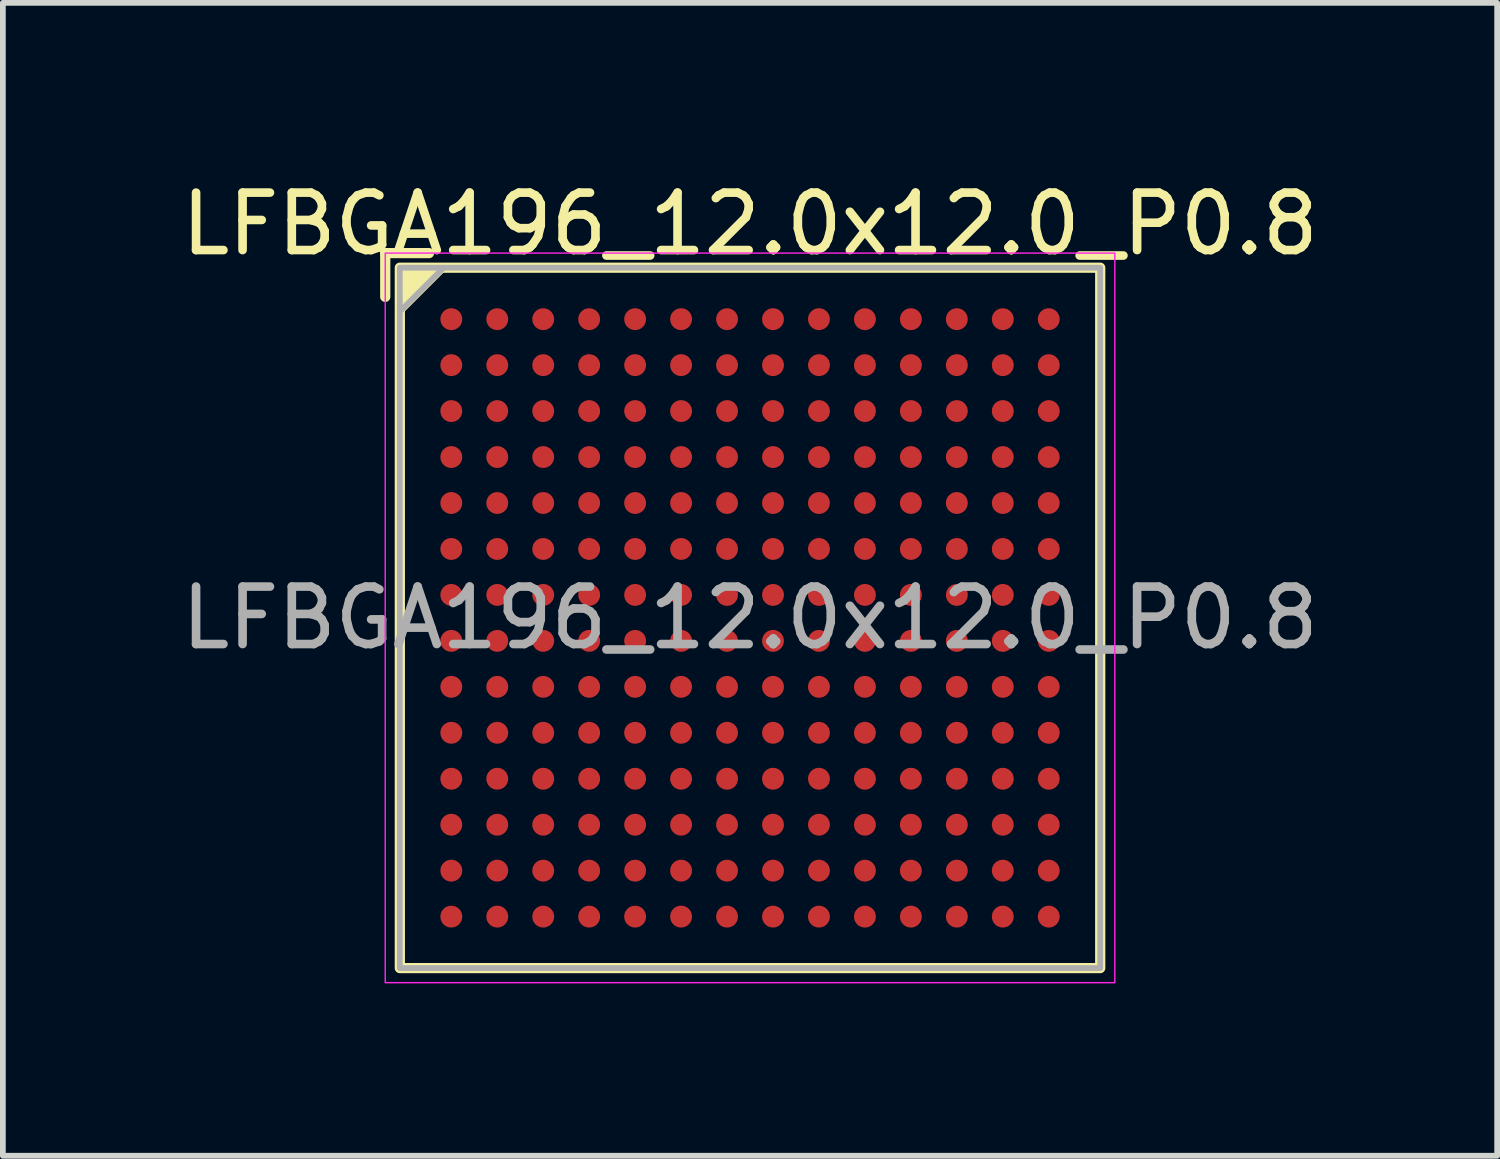
<source format=kicad_pcb>
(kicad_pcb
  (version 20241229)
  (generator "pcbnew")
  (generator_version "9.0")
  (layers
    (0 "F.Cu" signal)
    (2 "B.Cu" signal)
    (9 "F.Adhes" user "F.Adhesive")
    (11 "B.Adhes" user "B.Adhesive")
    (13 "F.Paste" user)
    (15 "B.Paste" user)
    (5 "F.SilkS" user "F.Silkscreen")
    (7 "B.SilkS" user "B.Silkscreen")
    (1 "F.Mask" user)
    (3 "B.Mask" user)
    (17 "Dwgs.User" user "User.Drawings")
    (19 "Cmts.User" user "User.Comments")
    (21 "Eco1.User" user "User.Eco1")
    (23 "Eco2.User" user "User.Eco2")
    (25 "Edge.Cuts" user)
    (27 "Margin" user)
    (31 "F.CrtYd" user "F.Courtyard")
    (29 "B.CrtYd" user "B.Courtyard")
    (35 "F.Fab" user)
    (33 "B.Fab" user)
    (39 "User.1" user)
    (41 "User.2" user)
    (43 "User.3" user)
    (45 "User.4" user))
  (footprint "LFBGA196_12.0x12.0_P0.8"
    (layer "F.Cu")
    (at 10.006 7.706)
    (property "Reference" "LFBGA196_12.0x12.0_P0.8" (at 0 -6.858 0) (unlocked yes) (layer "F.SilkS") (effects (font (size 1 1) (thickness 0.15))))
    (attr smd)
    (fp_line (start -6.35 -6.35) (end -5.588 -6.35) (stroke (width 0.178) (type solid)) (layer "F.SilkS"))
    (fp_line (start -6.35 -5.588) (end -6.35 -6.35) (stroke (width 0.178) (type solid)) (layer "F.SilkS"))
    (fp_rect (start -6.096 -6.096) (end 6.096 6.096) (stroke (width 0.178) (type solid)) (fill no) (layer "F.SilkS"))
    (fp_poly (pts (xy -6.096 -5.334) (xy -6.096 -6.096) (xy -5.334 -6.096)) (stroke (width 0.12) (type solid)) (fill yes) (layer "F.SilkS"))
    (fp_rect (start -6.35 6.35) (end 6.35 -6.35) (stroke (width 0.025) (type solid)) (fill no) (layer "F.CrtYd"))
    (fp_line (start -6.096 -5.334) (end -5.334 -6.096) (stroke (width 0.1) (type solid)) (layer "F.Fab"))
    (fp_rect (start -6.096 -6.096) (end 6.096 6.096) (stroke (width 0.1) (type solid)) (fill no) (layer "F.Fab"))
    (fp_text user "${REFERENCE}" (at 0 0 0) (unlocked yes) (layer "F.Fab") (effects (font (size 1 1) (thickness 0.15))))
    (pad "A1" smd circle (at -5.2 -5.2) (size 0.381 0.381) (layers "F.Cu" "F.Mask" "F.Paste"))
    (pad "A2" smd circle (at -4.4 -5.2) (size 0.381 0.381) (layers "F.Cu" "F.Mask" "F.Paste"))
    (pad "A3" smd circle (at -3.6 -5.2) (size 0.381 0.381) (layers "F.Cu" "F.Mask" "F.Paste"))
    (pad "A4" smd circle (at -2.8 -5.2) (size 0.381 0.381) (layers "F.Cu" "F.Mask" "F.Paste"))
    (pad "A5" smd circle (at -2 -5.2) (size 0.381 0.381) (layers "F.Cu" "F.Mask" "F.Paste"))
    (pad "A6" smd circle (at -1.2 -5.2) (size 0.381 0.381) (layers "F.Cu" "F.Mask" "F.Paste"))
    (pad "A7" smd circle (at -0.4 -5.2) (size 0.381 0.381) (layers "F.Cu" "F.Mask" "F.Paste"))
    (pad "A8" smd circle (at 0.4 -5.2) (size 0.381 0.381) (layers "F.Cu" "F.Mask" "F.Paste"))
    (pad "A9" smd circle (at 1.2 -5.2) (size 0.381 0.381) (layers "F.Cu" "F.Mask" "F.Paste"))
    (pad "A10" smd circle (at 2 -5.2) (size 0.381 0.381) (layers "F.Cu" "F.Mask" "F.Paste"))
    (pad "A11" smd circle (at 2.8 -5.2) (size 0.381 0.381) (layers "F.Cu" "F.Mask" "F.Paste"))
    (pad "A12" smd circle (at 3.6 -5.2) (size 0.381 0.381) (layers "F.Cu" "F.Mask" "F.Paste"))
    (pad "A13" smd circle (at 4.4 -5.2) (size 0.381 0.381) (layers "F.Cu" "F.Mask" "F.Paste"))
    (pad "A14" smd circle (at 5.2 -5.2) (size 0.381 0.381) (layers "F.Cu" "F.Mask" "F.Paste"))
    (pad "B1" smd circle (at -5.2 -4.4) (size 0.381 0.381) (layers "F.Cu" "F.Mask" "F.Paste"))
    (pad "B2" smd circle (at -4.4 -4.4) (size 0.381 0.381) (layers "F.Cu" "F.Mask" "F.Paste"))
    (pad "B3" smd circle (at -3.6 -4.4) (size 0.381 0.381) (layers "F.Cu" "F.Mask" "F.Paste"))
    (pad "B4" smd circle (at -2.8 -4.4) (size 0.381 0.381) (layers "F.Cu" "F.Mask" "F.Paste"))
    (pad "B5" smd circle (at -2 -4.4) (size 0.381 0.381) (layers "F.Cu" "F.Mask" "F.Paste"))
    (pad "B6" smd circle (at -1.2 -4.4) (size 0.381 0.381) (layers "F.Cu" "F.Mask" "F.Paste"))
    (pad "B7" smd circle (at -0.4 -4.4) (size 0.381 0.381) (layers "F.Cu" "F.Mask" "F.Paste"))
    (pad "B8" smd circle (at 0.4 -4.4) (size 0.381 0.381) (layers "F.Cu" "F.Mask" "F.Paste"))
    (pad "B9" smd circle (at 1.2 -4.4) (size 0.381 0.381) (layers "F.Cu" "F.Mask" "F.Paste"))
    (pad "B10" smd circle (at 2 -4.4) (size 0.381 0.381) (layers "F.Cu" "F.Mask" "F.Paste"))
    (pad "B11" smd circle (at 2.8 -4.4) (size 0.381 0.381) (layers "F.Cu" "F.Mask" "F.Paste"))
    (pad "B12" smd circle (at 3.6 -4.4) (size 0.381 0.381) (layers "F.Cu" "F.Mask" "F.Paste"))
    (pad "B13" smd circle (at 4.4 -4.4) (size 0.381 0.381) (layers "F.Cu" "F.Mask" "F.Paste"))
    (pad "B14" smd circle (at 5.2 -4.4) (size 0.381 0.381) (layers "F.Cu" "F.Mask" "F.Paste"))
    (pad "C1" smd circle (at -5.2 -3.6) (size 0.381 0.381) (layers "F.Cu" "F.Mask" "F.Paste"))
    (pad "C2" smd circle (at -4.4 -3.6) (size 0.381 0.381) (layers "F.Cu" "F.Mask" "F.Paste"))
    (pad "C3" smd circle (at -3.6 -3.6) (size 0.381 0.381) (layers "F.Cu" "F.Mask" "F.Paste"))
    (pad "C4" smd circle (at -2.8 -3.6) (size 0.381 0.381) (layers "F.Cu" "F.Mask" "F.Paste"))
    (pad "C5" smd circle (at -2 -3.6) (size 0.381 0.381) (layers "F.Cu" "F.Mask" "F.Paste"))
    (pad "C6" smd circle (at -1.2 -3.6) (size 0.381 0.381) (layers "F.Cu" "F.Mask" "F.Paste"))
    (pad "C7" smd circle (at -0.4 -3.6) (size 0.381 0.381) (layers "F.Cu" "F.Mask" "F.Paste"))
    (pad "C8" smd circle (at 0.4 -3.6) (size 0.381 0.381) (layers "F.Cu" "F.Mask" "F.Paste"))
    (pad "C9" smd circle (at 1.2 -3.6) (size 0.381 0.381) (layers "F.Cu" "F.Mask" "F.Paste"))
    (pad "C10" smd circle (at 2 -3.6) (size 0.381 0.381) (layers "F.Cu" "F.Mask" "F.Paste"))
    (pad "C11" smd circle (at 2.8 -3.6) (size 0.381 0.381) (layers "F.Cu" "F.Mask" "F.Paste"))
    (pad "C12" smd circle (at 3.6 -3.6) (size 0.381 0.381) (layers "F.Cu" "F.Mask" "F.Paste"))
    (pad "C13" smd circle (at 4.4 -3.6) (size 0.381 0.381) (layers "F.Cu" "F.Mask" "F.Paste"))
    (pad "C14" smd circle (at 5.2 -3.6) (size 0.381 0.381) (layers "F.Cu" "F.Mask" "F.Paste"))
    (pad "D1" smd circle (at -5.2 -2.8) (size 0.381 0.381) (layers "F.Cu" "F.Mask" "F.Paste"))
    (pad "D2" smd circle (at -4.4 -2.8) (size 0.381 0.381) (layers "F.Cu" "F.Mask" "F.Paste"))
    (pad "D3" smd circle (at -3.6 -2.8) (size 0.381 0.381) (layers "F.Cu" "F.Mask" "F.Paste"))
    (pad "D4" smd circle (at -2.8 -2.8) (size 0.381 0.381) (layers "F.Cu" "F.Mask" "F.Paste"))
    (pad "D5" smd circle (at -2 -2.8) (size 0.381 0.381) (layers "F.Cu" "F.Mask" "F.Paste"))
    (pad "D6" smd circle (at -1.2 -2.8) (size 0.381 0.381) (layers "F.Cu" "F.Mask" "F.Paste"))
    (pad "D7" smd circle (at -0.4 -2.8) (size 0.381 0.381) (layers "F.Cu" "F.Mask" "F.Paste"))
    (pad "D8" smd circle (at 0.4 -2.8) (size 0.381 0.381) (layers "F.Cu" "F.Mask" "F.Paste"))
    (pad "D9" smd circle (at 1.2 -2.8) (size 0.381 0.381) (layers "F.Cu" "F.Mask" "F.Paste"))
    (pad "D10" smd circle (at 2 -2.8) (size 0.381 0.381) (layers "F.Cu" "F.Mask" "F.Paste"))
    (pad "D11" smd circle (at 2.8 -2.8) (size 0.381 0.381) (layers "F.Cu" "F.Mask" "F.Paste"))
    (pad "D12" smd circle (at 3.6 -2.8) (size 0.381 0.381) (layers "F.Cu" "F.Mask" "F.Paste"))
    (pad "D13" smd circle (at 4.4 -2.8) (size 0.381 0.381) (layers "F.Cu" "F.Mask" "F.Paste"))
    (pad "D14" smd circle (at 5.2 -2.8) (size 0.381 0.381) (layers "F.Cu" "F.Mask" "F.Paste"))
    (pad "E1" smd circle (at -5.2 -2) (size 0.381 0.381) (layers "F.Cu" "F.Mask" "F.Paste"))
    (pad "E2" smd circle (at -4.4 -2) (size 0.381 0.381) (layers "F.Cu" "F.Mask" "F.Paste"))
    (pad "E3" smd circle (at -3.6 -2) (size 0.381 0.381) (layers "F.Cu" "F.Mask" "F.Paste"))
    (pad "E4" smd circle (at -2.8 -2) (size 0.381 0.381) (layers "F.Cu" "F.Mask" "F.Paste"))
    (pad "E5" smd circle (at -2 -2) (size 0.381 0.381) (layers "F.Cu" "F.Mask" "F.Paste"))
    (pad "E6" smd circle (at -1.2 -2) (size 0.381 0.381) (layers "F.Cu" "F.Mask" "F.Paste"))
    (pad "E7" smd circle (at -0.4 -2) (size 0.381 0.381) (layers "F.Cu" "F.Mask" "F.Paste"))
    (pad "E8" smd circle (at 0.4 -2) (size 0.381 0.381) (layers "F.Cu" "F.Mask" "F.Paste"))
    (pad "E9" smd circle (at 1.2 -2) (size 0.381 0.381) (layers "F.Cu" "F.Mask" "F.Paste"))
    (pad "E10" smd circle (at 2 -2) (size 0.381 0.381) (layers "F.Cu" "F.Mask" "F.Paste"))
    (pad "E11" smd circle (at 2.8 -2) (size 0.381 0.381) (layers "F.Cu" "F.Mask" "F.Paste"))
    (pad "E12" smd circle (at 3.6 -2) (size 0.381 0.381) (layers "F.Cu" "F.Mask" "F.Paste"))
    (pad "E13" smd circle (at 4.4 -2) (size 0.381 0.381) (layers "F.Cu" "F.Mask" "F.Paste"))
    (pad "E14" smd circle (at 5.2 -2) (size 0.381 0.381) (layers "F.Cu" "F.Mask" "F.Paste"))
    (pad "F1" smd circle (at -5.2 -1.2) (size 0.381 0.381) (layers "F.Cu" "F.Mask" "F.Paste"))
    (pad "F2" smd circle (at -4.4 -1.2) (size 0.381 0.381) (layers "F.Cu" "F.Mask" "F.Paste"))
    (pad "F3" smd circle (at -3.6 -1.2) (size 0.381 0.381) (layers "F.Cu" "F.Mask" "F.Paste"))
    (pad "F4" smd circle (at -2.8 -1.2) (size 0.381 0.381) (layers "F.Cu" "F.Mask" "F.Paste"))
    (pad "F5" smd circle (at -2 -1.2) (size 0.381 0.381) (layers "F.Cu" "F.Mask" "F.Paste"))
    (pad "F6" smd circle (at -1.2 -1.2) (size 0.381 0.381) (layers "F.Cu" "F.Mask" "F.Paste"))
    (pad "F7" smd circle (at -0.4 -1.2) (size 0.381 0.381) (layers "F.Cu" "F.Mask" "F.Paste"))
    (pad "F8" smd circle (at 0.4 -1.2) (size 0.381 0.381) (layers "F.Cu" "F.Mask" "F.Paste"))
    (pad "F9" smd circle (at 1.2 -1.2) (size 0.381 0.381) (layers "F.Cu" "F.Mask" "F.Paste"))
    (pad "F10" smd circle (at 2 -1.2) (size 0.381 0.381) (layers "F.Cu" "F.Mask" "F.Paste"))
    (pad "F11" smd circle (at 2.8 -1.2) (size 0.381 0.381) (layers "F.Cu" "F.Mask" "F.Paste"))
    (pad "F12" smd circle (at 3.6 -1.2) (size 0.381 0.381) (layers "F.Cu" "F.Mask" "F.Paste"))
    (pad "F13" smd circle (at 4.4 -1.2) (size 0.381 0.381) (layers "F.Cu" "F.Mask" "F.Paste"))
    (pad "F14" smd circle (at 5.2 -1.2) (size 0.381 0.381) (layers "F.Cu" "F.Mask" "F.Paste"))
    (pad "G1" smd circle (at -5.2 -0.4) (size 0.381 0.381) (layers "F.Cu" "F.Mask" "F.Paste"))
    (pad "G2" smd circle (at -4.4 -0.4) (size 0.381 0.381) (layers "F.Cu" "F.Mask" "F.Paste"))
    (pad "G3" smd circle (at -3.6 -0.4) (size 0.381 0.381) (layers "F.Cu" "F.Mask" "F.Paste"))
    (pad "G4" smd circle (at -2.8 -0.4) (size 0.381 0.381) (layers "F.Cu" "F.Mask" "F.Paste"))
    (pad "G5" smd circle (at -2 -0.4) (size 0.381 0.381) (layers "F.Cu" "F.Mask" "F.Paste"))
    (pad "G6" smd circle (at -1.2 -0.4) (size 0.381 0.381) (layers "F.Cu" "F.Mask" "F.Paste"))
    (pad "G7" smd circle (at -0.4 -0.4) (size 0.381 0.381) (layers "F.Cu" "F.Mask" "F.Paste"))
    (pad "G8" smd circle (at 0.4 -0.4) (size 0.381 0.381) (layers "F.Cu" "F.Mask" "F.Paste"))
    (pad "G9" smd circle (at 1.2 -0.4) (size 0.381 0.381) (layers "F.Cu" "F.Mask" "F.Paste"))
    (pad "G10" smd circle (at 2 -0.4) (size 0.381 0.381) (layers "F.Cu" "F.Mask" "F.Paste"))
    (pad "G11" smd circle (at 2.8 -0.4) (size 0.381 0.381) (layers "F.Cu" "F.Mask" "F.Paste"))
    (pad "G12" smd circle (at 3.6 -0.4) (size 0.381 0.381) (layers "F.Cu" "F.Mask" "F.Paste"))
    (pad "G13" smd circle (at 4.4 -0.4) (size 0.381 0.381) (layers "F.Cu" "F.Mask" "F.Paste"))
    (pad "G14" smd circle (at 5.2 -0.4) (size 0.381 0.381) (layers "F.Cu" "F.Mask" "F.Paste"))
    (pad "H1" smd circle (at -5.2 0.4) (size 0.381 0.381) (layers "F.Cu" "F.Mask" "F.Paste"))
    (pad "H2" smd circle (at -4.4 0.4) (size 0.381 0.381) (layers "F.Cu" "F.Mask" "F.Paste"))
    (pad "H3" smd circle (at -3.6 0.4) (size 0.381 0.381) (layers "F.Cu" "F.Mask" "F.Paste"))
    (pad "H4" smd circle (at -2.8 0.4) (size 0.381 0.381) (layers "F.Cu" "F.Mask" "F.Paste"))
    (pad "H5" smd circle (at -2 0.4) (size 0.381 0.381) (layers "F.Cu" "F.Mask" "F.Paste"))
    (pad "H6" smd circle (at -1.2 0.4) (size 0.381 0.381) (layers "F.Cu" "F.Mask" "F.Paste"))
    (pad "H7" smd circle (at -0.4 0.4) (size 0.381 0.381) (layers "F.Cu" "F.Mask" "F.Paste"))
    (pad "H8" smd circle (at 0.4 0.4) (size 0.381 0.381) (layers "F.Cu" "F.Mask" "F.Paste"))
    (pad "H9" smd circle (at 1.2 0.4) (size 0.381 0.381) (layers "F.Cu" "F.Mask" "F.Paste"))
    (pad "H10" smd circle (at 2 0.4) (size 0.381 0.381) (layers "F.Cu" "F.Mask" "F.Paste"))
    (pad "H11" smd circle (at 2.8 0.4) (size 0.381 0.381) (layers "F.Cu" "F.Mask" "F.Paste"))
    (pad "H12" smd circle (at 3.6 0.4) (size 0.381 0.381) (layers "F.Cu" "F.Mask" "F.Paste"))
    (pad "H13" smd circle (at 4.4 0.4) (size 0.381 0.381) (layers "F.Cu" "F.Mask" "F.Paste"))
    (pad "H14" smd circle (at 5.2 0.4) (size 0.381 0.381) (layers "F.Cu" "F.Mask" "F.Paste"))
    (pad "J1" smd circle (at -5.2 1.2) (size 0.381 0.381) (layers "F.Cu" "F.Mask" "F.Paste"))
    (pad "J2" smd circle (at -4.4 1.2) (size 0.381 0.381) (layers "F.Cu" "F.Mask" "F.Paste"))
    (pad "J3" smd circle (at -3.6 1.2) (size 0.381 0.381) (layers "F.Cu" "F.Mask" "F.Paste"))
    (pad "J4" smd circle (at -2.8 1.2) (size 0.381 0.381) (layers "F.Cu" "F.Mask" "F.Paste"))
    (pad "J5" smd circle (at -2 1.2) (size 0.381 0.381) (layers "F.Cu" "F.Mask" "F.Paste"))
    (pad "J6" smd circle (at -1.2 1.2) (size 0.381 0.381) (layers "F.Cu" "F.Mask" "F.Paste"))
    (pad "J7" smd circle (at -0.4 1.2) (size 0.381 0.381) (layers "F.Cu" "F.Mask" "F.Paste"))
    (pad "J8" smd circle (at 0.4 1.2) (size 0.381 0.381) (layers "F.Cu" "F.Mask" "F.Paste"))
    (pad "J9" smd circle (at 1.2 1.2) (size 0.381 0.381) (layers "F.Cu" "F.Mask" "F.Paste"))
    (pad "J10" smd circle (at 2 1.2) (size 0.381 0.381) (layers "F.Cu" "F.Mask" "F.Paste"))
    (pad "J11" smd circle (at 2.8 1.2) (size 0.381 0.381) (layers "F.Cu" "F.Mask" "F.Paste"))
    (pad "J12" smd circle (at 3.6 1.2) (size 0.381 0.381) (layers "F.Cu" "F.Mask" "F.Paste"))
    (pad "J13" smd circle (at 4.4 1.2) (size 0.381 0.381) (layers "F.Cu" "F.Mask" "F.Paste"))
    (pad "J14" smd circle (at 5.2 1.2) (size 0.381 0.381) (layers "F.Cu" "F.Mask" "F.Paste"))
    (pad "K1" smd circle (at -5.2 2) (size 0.381 0.381) (layers "F.Cu" "F.Mask" "F.Paste"))
    (pad "K2" smd circle (at -4.4 2) (size 0.381 0.381) (layers "F.Cu" "F.Mask" "F.Paste"))
    (pad "K3" smd circle (at -3.6 2) (size 0.381 0.381) (layers "F.Cu" "F.Mask" "F.Paste"))
    (pad "K4" smd circle (at -2.8 2) (size 0.381 0.381) (layers "F.Cu" "F.Mask" "F.Paste"))
    (pad "K5" smd circle (at -2 2) (size 0.381 0.381) (layers "F.Cu" "F.Mask" "F.Paste"))
    (pad "K6" smd circle (at -1.2 2) (size 0.381 0.381) (layers "F.Cu" "F.Mask" "F.Paste"))
    (pad "K7" smd circle (at -0.4 2) (size 0.381 0.381) (layers "F.Cu" "F.Mask" "F.Paste"))
    (pad "K8" smd circle (at 0.4 2) (size 0.381 0.381) (layers "F.Cu" "F.Mask" "F.Paste"))
    (pad "K9" smd circle (at 1.2 2) (size 0.381 0.381) (layers "F.Cu" "F.Mask" "F.Paste"))
    (pad "K10" smd circle (at 2 2) (size 0.381 0.381) (layers "F.Cu" "F.Mask" "F.Paste"))
    (pad "K11" smd circle (at 2.8 2) (size 0.381 0.381) (layers "F.Cu" "F.Mask" "F.Paste"))
    (pad "K12" smd circle (at 3.6 2) (size 0.381 0.381) (layers "F.Cu" "F.Mask" "F.Paste"))
    (pad "K13" smd circle (at 4.4 2) (size 0.381 0.381) (layers "F.Cu" "F.Mask" "F.Paste"))
    (pad "K14" smd circle (at 5.2 2) (size 0.381 0.381) (layers "F.Cu" "F.Mask" "F.Paste"))
    (pad "L1" smd circle (at -5.2 2.8) (size 0.381 0.381) (layers "F.Cu" "F.Mask" "F.Paste"))
    (pad "L2" smd circle (at -4.4 2.8) (size 0.381 0.381) (layers "F.Cu" "F.Mask" "F.Paste"))
    (pad "L3" smd circle (at -3.6 2.8) (size 0.381 0.381) (layers "F.Cu" "F.Mask" "F.Paste"))
    (pad "L4" smd circle (at -2.8 2.8) (size 0.381 0.381) (layers "F.Cu" "F.Mask" "F.Paste"))
    (pad "L5" smd circle (at -2 2.8) (size 0.381 0.381) (layers "F.Cu" "F.Mask" "F.Paste"))
    (pad "L6" smd circle (at -1.2 2.8) (size 0.381 0.381) (layers "F.Cu" "F.Mask" "F.Paste"))
    (pad "L7" smd circle (at -0.4 2.8) (size 0.381 0.381) (layers "F.Cu" "F.Mask" "F.Paste"))
    (pad "L8" smd circle (at 0.4 2.8) (size 0.381 0.381) (layers "F.Cu" "F.Mask" "F.Paste"))
    (pad "L9" smd circle (at 1.2 2.8) (size 0.381 0.381) (layers "F.Cu" "F.Mask" "F.Paste"))
    (pad "L10" smd circle (at 2 2.8) (size 0.381 0.381) (layers "F.Cu" "F.Mask" "F.Paste"))
    (pad "L11" smd circle (at 2.8 2.8) (size 0.381 0.381) (layers "F.Cu" "F.Mask" "F.Paste"))
    (pad "L12" smd circle (at 3.6 2.8) (size 0.381 0.381) (layers "F.Cu" "F.Mask" "F.Paste"))
    (pad "L13" smd circle (at 4.4 2.8) (size 0.381 0.381) (layers "F.Cu" "F.Mask" "F.Paste"))
    (pad "L14" smd circle (at 5.2 2.8) (size 0.381 0.381) (layers "F.Cu" "F.Mask" "F.Paste"))
    (pad "M1" smd circle (at -5.2 3.6) (size 0.381 0.381) (layers "F.Cu" "F.Mask" "F.Paste"))
    (pad "M2" smd circle (at -4.4 3.6) (size 0.381 0.381) (layers "F.Cu" "F.Mask" "F.Paste"))
    (pad "M3" smd circle (at -3.6 3.6) (size 0.381 0.381) (layers "F.Cu" "F.Mask" "F.Paste"))
    (pad "M4" smd circle (at -2.8 3.6) (size 0.381 0.381) (layers "F.Cu" "F.Mask" "F.Paste"))
    (pad "M5" smd circle (at -2 3.6) (size 0.381 0.381) (layers "F.Cu" "F.Mask" "F.Paste"))
    (pad "M6" smd circle (at -1.2 3.6) (size 0.381 0.381) (layers "F.Cu" "F.Mask" "F.Paste"))
    (pad "M7" smd circle (at -0.4 3.6) (size 0.381 0.381) (layers "F.Cu" "F.Mask" "F.Paste"))
    (pad "M8" smd circle (at 0.4 3.6) (size 0.381 0.381) (layers "F.Cu" "F.Mask" "F.Paste"))
    (pad "M9" smd circle (at 1.2 3.6) (size 0.381 0.381) (layers "F.Cu" "F.Mask" "F.Paste"))
    (pad "M10" smd circle (at 2 3.6) (size 0.381 0.381) (layers "F.Cu" "F.Mask" "F.Paste"))
    (pad "M11" smd circle (at 2.8 3.6) (size 0.381 0.381) (layers "F.Cu" "F.Mask" "F.Paste"))
    (pad "M12" smd circle (at 3.6 3.6) (size 0.381 0.381) (layers "F.Cu" "F.Mask" "F.Paste"))
    (pad "M13" smd circle (at 4.4 3.6) (size 0.381 0.381) (layers "F.Cu" "F.Mask" "F.Paste"))
    (pad "M14" smd circle (at 5.2 3.6) (size 0.381 0.381) (layers "F.Cu" "F.Mask" "F.Paste"))
    (pad "N1" smd circle (at -5.2 4.4) (size 0.381 0.381) (layers "F.Cu" "F.Mask" "F.Paste"))
    (pad "N2" smd circle (at -4.4 4.4) (size 0.381 0.381) (layers "F.Cu" "F.Mask" "F.Paste"))
    (pad "N3" smd circle (at -3.6 4.4) (size 0.381 0.381) (layers "F.Cu" "F.Mask" "F.Paste"))
    (pad "N4" smd circle (at -2.8 4.4) (size 0.381 0.381) (layers "F.Cu" "F.Mask" "F.Paste"))
    (pad "N5" smd circle (at -2 4.4) (size 0.381 0.381) (layers "F.Cu" "F.Mask" "F.Paste"))
    (pad "N6" smd circle (at -1.2 4.4) (size 0.381 0.381) (layers "F.Cu" "F.Mask" "F.Paste"))
    (pad "N7" smd circle (at -0.4 4.4) (size 0.381 0.381) (layers "F.Cu" "F.Mask" "F.Paste"))
    (pad "N8" smd circle (at 0.4 4.4) (size 0.381 0.381) (layers "F.Cu" "F.Mask" "F.Paste"))
    (pad "N9" smd circle (at 1.2 4.4) (size 0.381 0.381) (layers "F.Cu" "F.Mask" "F.Paste"))
    (pad "N10" smd circle (at 2 4.4) (size 0.381 0.381) (layers "F.Cu" "F.Mask" "F.Paste"))
    (pad "N11" smd circle (at 2.8 4.4) (size 0.381 0.381) (layers "F.Cu" "F.Mask" "F.Paste"))
    (pad "N12" smd circle (at 3.6 4.4) (size 0.381 0.381) (layers "F.Cu" "F.Mask" "F.Paste"))
    (pad "N13" smd circle (at 4.4 4.4) (size 0.381 0.381) (layers "F.Cu" "F.Mask" "F.Paste"))
    (pad "N14" smd circle (at 5.2 4.4) (size 0.381 0.381) (layers "F.Cu" "F.Mask" "F.Paste"))
    (pad "P1" smd circle (at -5.2 5.2) (size 0.381 0.381) (layers "F.Cu" "F.Mask" "F.Paste"))
    (pad "P2" smd circle (at -4.4 5.2) (size 0.381 0.381) (layers "F.Cu" "F.Mask" "F.Paste"))
    (pad "P3" smd circle (at -3.6 5.2) (size 0.381 0.381) (layers "F.Cu" "F.Mask" "F.Paste"))
    (pad "P4" smd circle (at -2.8 5.2) (size 0.381 0.381) (layers "F.Cu" "F.Mask" "F.Paste"))
    (pad "P5" smd circle (at -2 5.2) (size 0.381 0.381) (layers "F.Cu" "F.Mask" "F.Paste"))
    (pad "P6" smd circle (at -1.2 5.2) (size 0.381 0.381) (layers "F.Cu" "F.Mask" "F.Paste"))
    (pad "P7" smd circle (at -0.4 5.2) (size 0.381 0.381) (layers "F.Cu" "F.Mask" "F.Paste"))
    (pad "P8" smd circle (at 0.4 5.2) (size 0.381 0.381) (layers "F.Cu" "F.Mask" "F.Paste"))
    (pad "P9" smd circle (at 1.2 5.2) (size 0.381 0.381) (layers "F.Cu" "F.Mask" "F.Paste"))
    (pad "P10" smd circle (at 2 5.2) (size 0.381 0.381) (layers "F.Cu" "F.Mask" "F.Paste"))
    (pad "P11" smd circle (at 2.8 5.2) (size 0.381 0.381) (layers "F.Cu" "F.Mask" "F.Paste"))
    (pad "P12" smd circle (at 3.6 5.2) (size 0.381 0.381) (layers "F.Cu" "F.Mask" "F.Paste"))
    (pad "P13" smd circle (at 4.4 5.2) (size 0.381 0.381) (layers "F.Cu" "F.Mask" "F.Paste"))
    (pad "P14" smd circle (at 5.2 5.2) (size 0.381 0.381) (layers "F.Cu" "F.Mask" "F.Paste")))
  (gr_rect
    (start -3 -3)
    (end 23.012 17.069)
    (stroke (width 0.1) (type default))
    (fill no)
    (layer "Edge.Cuts")))
</source>
